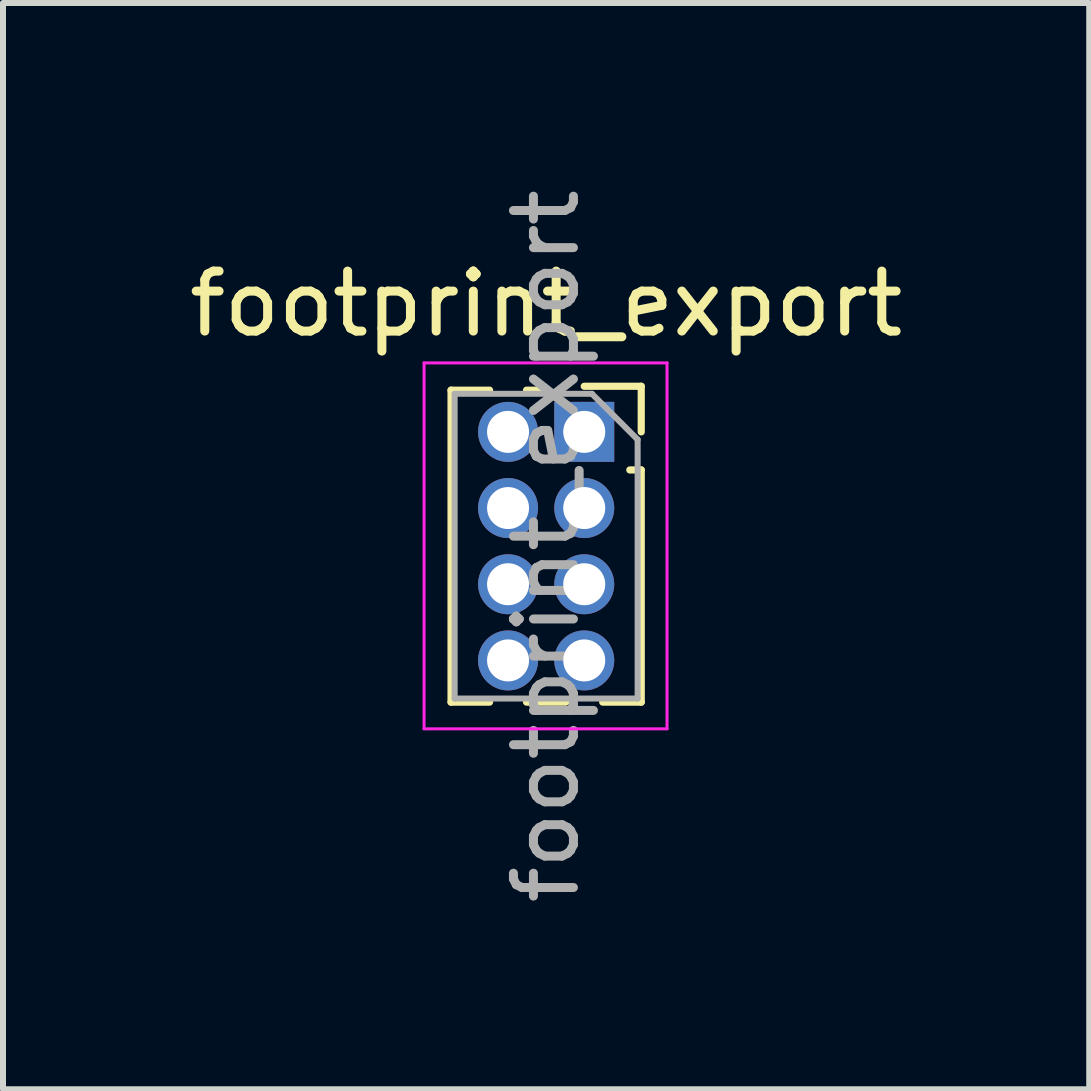
<source format=kicad_pcb>
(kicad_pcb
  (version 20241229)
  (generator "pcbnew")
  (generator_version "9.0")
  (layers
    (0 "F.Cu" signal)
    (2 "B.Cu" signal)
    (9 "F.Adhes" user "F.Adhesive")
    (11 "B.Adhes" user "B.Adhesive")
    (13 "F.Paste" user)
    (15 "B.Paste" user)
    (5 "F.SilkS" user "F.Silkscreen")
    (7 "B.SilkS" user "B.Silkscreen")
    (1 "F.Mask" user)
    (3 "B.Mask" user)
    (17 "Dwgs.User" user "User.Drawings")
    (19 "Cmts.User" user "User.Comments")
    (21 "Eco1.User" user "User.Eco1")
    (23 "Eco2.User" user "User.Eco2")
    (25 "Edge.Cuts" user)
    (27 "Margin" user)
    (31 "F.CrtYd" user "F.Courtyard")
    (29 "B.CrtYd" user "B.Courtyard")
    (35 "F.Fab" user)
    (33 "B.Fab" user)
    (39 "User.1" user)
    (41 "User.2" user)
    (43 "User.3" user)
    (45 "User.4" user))
  (footprint "footprint_export"
    (layer "F.Cu")
    (at 6.689 4.149)
    (property "Reference" "footprint_export" (at -0.635 -2.135 0) (layer "F.SilkS") (effects (font (size 1 1) (thickness 0.15))))
    (attr through_hole)
    (fp_line (start -2.22 -0.695) (end -2.22 4.505) (stroke (width 0.12) (type solid)) (layer "F.SilkS"))
    (fp_line (start -2.22 -0.695) (end -1.578 -0.695) (stroke (width 0.12) (type solid)) (layer "F.SilkS"))
    (fp_line (start -2.22 4.505) (end -1.578 4.505) (stroke (width 0.12) (type solid)) (layer "F.SilkS"))
    (fp_line (start -0.962 -0.695) (end -0.76 -0.695) (stroke (width 0.12) (type solid)) (layer "F.SilkS"))
    (fp_line (start -0.962 4.505) (end -0.308 4.505) (stroke (width 0.12) (type solid)) (layer "F.SilkS"))
    (fp_line (start 0 -0.76) (end 0.95 -0.76) (stroke (width 0.12) (type solid)) (layer "F.SilkS"))
    (fp_line (start 0.308 4.505) (end 0.95 4.505) (stroke (width 0.12) (type solid)) (layer "F.SilkS"))
    (fp_line (start 0.76 0.635) (end 0.95 0.635) (stroke (width 0.12) (type solid)) (layer "F.SilkS"))
    (fp_line (start 0.95 -0.76) (end 0.95 0) (stroke (width 0.12) (type solid)) (layer "F.SilkS"))
    (fp_line (start 0.95 0.635) (end 0.95 4.505) (stroke (width 0.12) (type solid)) (layer "F.SilkS"))
    (fp_line (start -2.67 -1.15) (end 1.38 -1.15) (stroke (width 0.05) (type solid)) (layer "F.CrtYd"))
    (fp_line (start -2.67 4.95) (end -2.67 -1.15) (stroke (width 0.05) (type solid)) (layer "F.CrtYd"))
    (fp_line (start 1.38 -1.15) (end 1.38 4.95) (stroke (width 0.05) (type solid)) (layer "F.CrtYd"))
    (fp_line (start 1.38 4.95) (end -2.67 4.95) (stroke (width 0.05) (type solid)) (layer "F.CrtYd"))
    (fp_line (start -2.16 -0.635) (end 0.128 -0.635) (stroke (width 0.1) (type solid)) (layer "F.Fab"))
    (fp_line (start -2.16 4.445) (end -2.16 -0.635) (stroke (width 0.1) (type solid)) (layer "F.Fab"))
    (fp_line (start 0.128 -0.635) (end 0.89 0.128) (stroke (width 0.1) (type solid)) (layer "F.Fab"))
    (fp_line (start 0.89 0.128) (end 0.89 4.445) (stroke (width 0.1) (type solid)) (layer "F.Fab"))
    (fp_line (start 0.89 4.445) (end -2.16 4.445) (stroke (width 0.1) (type solid)) (layer "F.Fab"))
    (fp_text user "${REFERENCE}" (at -0.635 1.905 90) (layer "F.Fab") (effects (font (size 1 1) (thickness 0.15))))
    (pad "1" thru_hole rect (at 0 0) (size 1 1) (drill 0.7) (layers "*.Cu" "*.Mask"))
    (pad "2" thru_hole oval (at -1.27 0) (size 1 1) (drill 0.7) (layers "*.Cu" "*.Mask"))
    (pad "3" thru_hole oval (at 0 1.27) (size 1 1) (drill 0.7) (layers "*.Cu" "*.Mask"))
    (pad "4" thru_hole oval (at -1.27 1.27) (size 1 1) (drill 0.7) (layers "*.Cu" "*.Mask"))
    (pad "5" thru_hole oval (at 0 2.54) (size 1 1) (drill 0.7) (layers "*.Cu" "*.Mask"))
    (pad "6" thru_hole oval (at -1.27 2.54) (size 1 1) (drill 0.7) (layers "*.Cu" "*.Mask"))
    (pad "7" thru_hole oval (at 0 3.81) (size 1 1) (drill 0.7) (layers "*.Cu" "*.Mask"))
    (pad "8" thru_hole oval (at -1.27 3.81) (size 1 1) (drill 0.7) (layers "*.Cu" "*.Mask")))
  (gr_rect
    (start -3 -3)
    (end 15.107 15.107)
    (stroke (width 0.1) (type default))
    (fill no)
    (layer "Edge.Cuts")))
</source>
